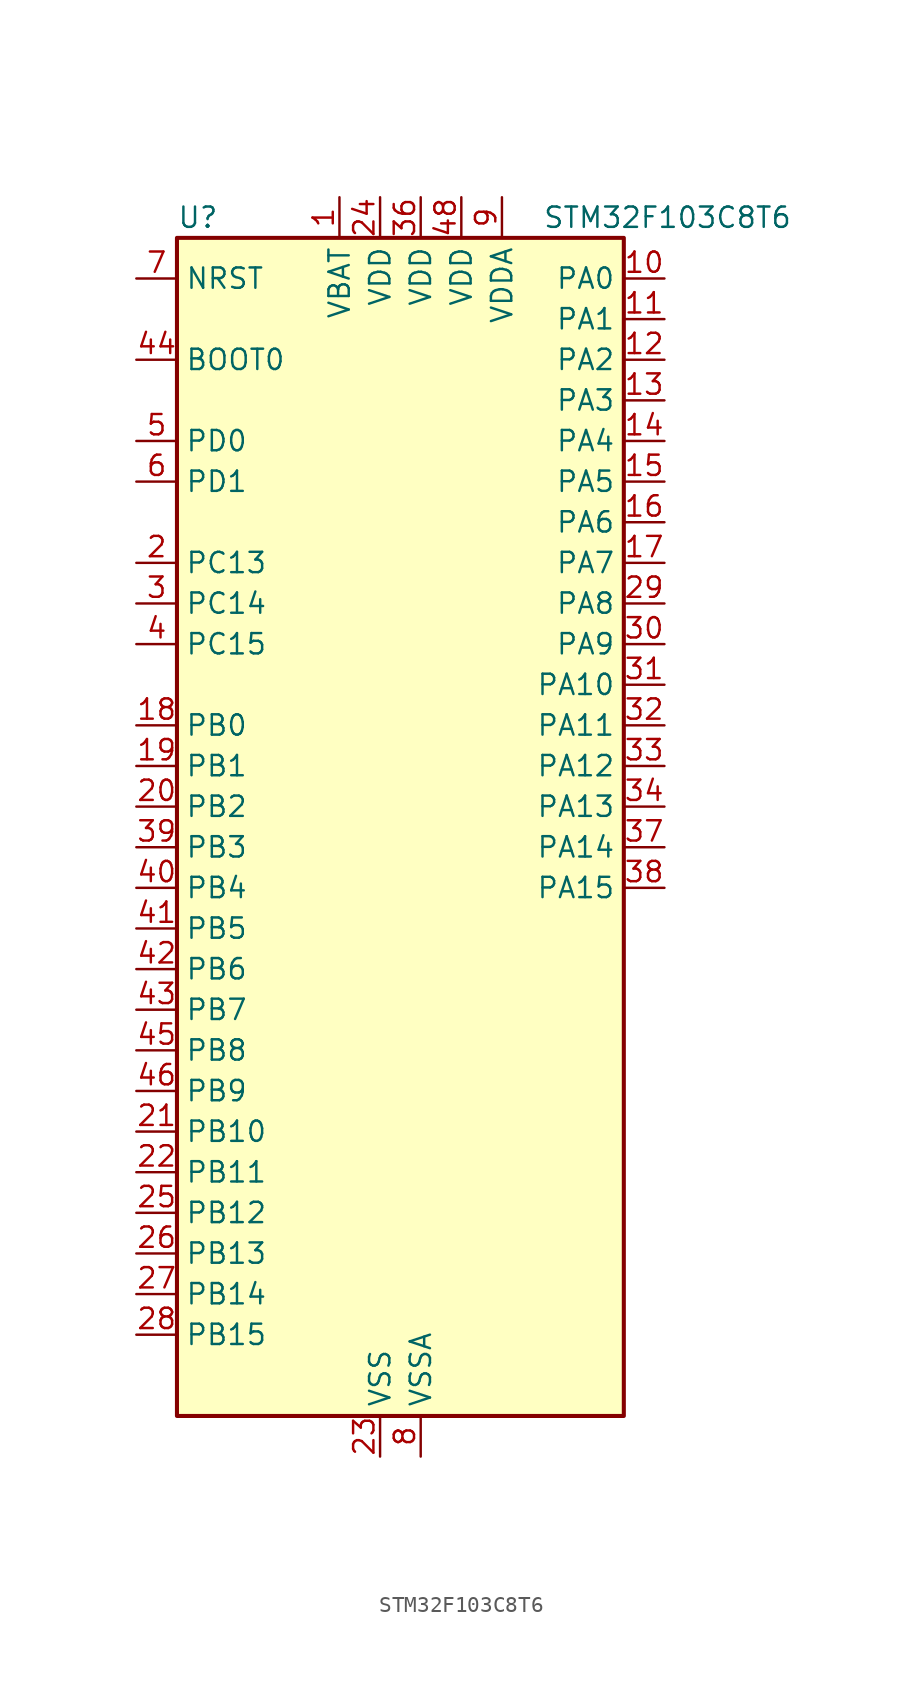
<source format=kicad_sym>
(kicad_symbol_lib
  (version 20231120)
  (generator "kicad_symbol_editor")
  (generator_version "8.0")
  (symbol "STM32F103C8T6"
    (property "Reference" "U"
      (at -12.7 39.37 0)
      (effects (font (size 1.27 1.27)) (justify left)))
    (property "Value" "STM32F103C8T6"
      (at 10.16 39.37 0)
      (effects (font (size 1.27 1.27)) (justify left)))
    (symbol "STM32F103C8T6_0_1"
      (rectangle (start -12.7 -35.56) (end 15.24 38.1) (stroke (width 0.254) (type default)) (fill (type background))))
    (symbol "STM32F103C8T6_1_1"
      (pin power_in line (at -2.54 40.64 270) (length 2.54) (name "VBAT" (effects (font (size 1.27 1.27)))) (number "1" (effects (font (size 1.27 1.27)))))
      (pin bidirectional line (at 17.78 35.56 180) (length 2.54) (name "PA0" (effects (font (size 1.27 1.27)))) (number "10" (effects (font (size 1.27 1.27)))) (alternate "ADC1_IN0" bidirectional line) (alternate "ADC2_IN0" bidirectional line) (alternate "SYS_WKUP" bidirectional line) (alternate "TIM2_CH1" bidirectional line) (alternate "TIM2_ETR" bidirectional line) (alternate "USART2_CTS" bidirectional line))
      (pin bidirectional line (at 17.78 33.02 180) (length 2.54) (name "PA1" (effects (font (size 1.27 1.27)))) (number "11" (effects (font (size 1.27 1.27)))) (alternate "ADC1_IN1" bidirectional line) (alternate "ADC2_IN1" bidirectional line) (alternate "TIM2_CH2" bidirectional line) (alternate "USART2_RTS" bidirectional line))
      (pin bidirectional line (at 17.78 30.48 180) (length 2.54) (name "PA2" (effects (font (size 1.27 1.27)))) (number "12" (effects (font (size 1.27 1.27)))) (alternate "ADC1_IN2" bidirectional line) (alternate "ADC2_IN2" bidirectional line) (alternate "TIM2_CH3" bidirectional line) (alternate "USART2_TX" bidirectional line))
      (pin bidirectional line (at 17.78 27.94 180) (length 2.54) (name "PA3" (effects (font (size 1.27 1.27)))) (number "13" (effects (font (size 1.27 1.27)))) (alternate "ADC1_IN3" bidirectional line) (alternate "ADC2_IN3" bidirectional line) (alternate "TIM2_CH4" bidirectional line) (alternate "USART2_RX" bidirectional line))
      (pin bidirectional line (at 17.78 25.4 180) (length 2.54) (name "PA4" (effects (font (size 1.27 1.27)))) (number "14" (effects (font (size 1.27 1.27)))) (alternate "ADC1_IN4" bidirectional line) (alternate "ADC2_IN4" bidirectional line) (alternate "SPI1_NSS" bidirectional line) (alternate "USART2_CK" bidirectional line))
      (pin bidirectional line (at 17.78 22.86 180) (length 2.54) (name "PA5" (effects (font (size 1.27 1.27)))) (number "15" (effects (font (size 1.27 1.27)))) (alternate "ADC1_IN5" bidirectional line) (alternate "ADC2_IN5" bidirectional line) (alternate "SPI1_SCK" bidirectional line))
      (pin bidirectional line (at 17.78 20.32 180) (length 2.54) (name "PA6" (effects (font (size 1.27 1.27)))) (number "16" (effects (font (size 1.27 1.27)))) (alternate "ADC1_IN6" bidirectional line) (alternate "ADC2_IN6" bidirectional line) (alternate "SPI1_MISO" bidirectional line) (alternate "TIM1_BKIN" bidirectional line) (alternate "TIM3_CH1" bidirectional line))
      (pin bidirectional line (at 17.78 17.78 180) (length 2.54) (name "PA7" (effects (font (size 1.27 1.27)))) (number "17" (effects (font (size 1.27 1.27)))) (alternate "ADC1_IN7" bidirectional line) (alternate "ADC2_IN7" bidirectional line) (alternate "SPI1_MOSI" bidirectional line) (alternate "TIM1_CH1N" bidirectional line) (alternate "TIM3_CH2" bidirectional line))
      (pin bidirectional line (at -15.24 7.62 0) (length 2.54) (name "PB0" (effects (font (size 1.27 1.27)))) (number "18" (effects (font (size 1.27 1.27)))) (alternate "ADC1_IN8" bidirectional line) (alternate "ADC2_IN8" bidirectional line) (alternate "TIM1_CH2N" bidirectional line) (alternate "TIM3_CH3" bidirectional line))
      (pin bidirectional line (at -15.24 5.08 0) (length 2.54) (name "PB1" (effects (font (size 1.27 1.27)))) (number "19" (effects (font (size 1.27 1.27)))) (alternate "ADC1_IN9" bidirectional line) (alternate "ADC2_IN9" bidirectional line) (alternate "TIM1_CH3N" bidirectional line) (alternate "TIM3_CH4" bidirectional line))
      (pin bidirectional line (at -15.24 17.78 0) (length 2.54) (name "PC13" (effects (font (size 1.27 1.27)))) (number "2" (effects (font (size 1.27 1.27)))) (alternate "RTC_OUT" bidirectional line) (alternate "RTC_TAMPER" bidirectional line))
      (pin bidirectional line (at -15.24 2.54 0) (length 2.54) (name "PB2" (effects (font (size 1.27 1.27)))) (number "20" (effects (font (size 1.27 1.27)))))
      (pin bidirectional line (at -15.24 -17.78 0) (length 2.54) (name "PB10" (effects (font (size 1.27 1.27)))) (number "21" (effects (font (size 1.27 1.27)))) (alternate "I2C2_SCL" bidirectional line) (alternate "TIM2_CH3" bidirectional line) (alternate "USART3_TX" bidirectional line))
      (pin bidirectional line (at -15.24 -20.32 0) (length 2.54) (name "PB11" (effects (font (size 1.27 1.27)))) (number "22" (effects (font (size 1.27 1.27)))) (alternate "ADC1_EXTI11" bidirectional line) (alternate "ADC2_EXTI11" bidirectional line) (alternate "I2C2_SDA" bidirectional line) (alternate "TIM2_CH4" bidirectional line) (alternate "USART3_RX" bidirectional line))
      (pin power_in line (at 0 -38.1 90) (length 2.54) (name "VSS" (effects (font (size 1.27 1.27)))) (number "23" (effects (font (size 1.27 1.27)))))
      (pin power_in line (at 0 40.64 270) (length 2.54) (name "VDD" (effects (font (size 1.27 1.27)))) (number "24" (effects (font (size 1.27 1.27)))))
      (pin bidirectional line (at -15.24 -22.86 0) (length 2.54) (name "PB12" (effects (font (size 1.27 1.27)))) (number "25" (effects (font (size 1.27 1.27)))) (alternate "I2C2_SMBA" bidirectional line) (alternate "SPI2_NSS" bidirectional line) (alternate "TIM1_BKIN" bidirectional line) (alternate "USART3_CK" bidirectional line))
      (pin bidirectional line (at -15.24 -25.4 0) (length 2.54) (name "PB13" (effects (font (size 1.27 1.27)))) (number "26" (effects (font (size 1.27 1.27)))) (alternate "SPI2_SCK" bidirectional line) (alternate "TIM1_CH1N" bidirectional line) (alternate "USART3_CTS" bidirectional line))
      (pin bidirectional line (at -15.24 -27.94 0) (length 2.54) (name "PB14" (effects (font (size 1.27 1.27)))) (number "27" (effects (font (size 1.27 1.27)))) (alternate "SPI2_MISO" bidirectional line) (alternate "TIM1_CH2N" bidirectional line) (alternate "USART3_RTS" bidirectional line))
      (pin bidirectional line (at -15.24 -30.48 0) (length 2.54) (name "PB15" (effects (font (size 1.27 1.27)))) (number "28" (effects (font (size 1.27 1.27)))) (alternate "ADC1_EXTI15" bidirectional line) (alternate "ADC2_EXTI15" bidirectional line) (alternate "SPI2_MOSI" bidirectional line) (alternate "TIM1_CH3N" bidirectional line))
      (pin bidirectional line (at 17.78 15.24 180) (length 2.54) (name "PA8" (effects (font (size 1.27 1.27)))) (number "29" (effects (font (size 1.27 1.27)))) (alternate "RCC_MCO" bidirectional line) (alternate "TIM1_CH1" bidirectional line) (alternate "USART1_CK" bidirectional line))
      (pin bidirectional line (at -15.24 15.24 0) (length 2.54) (name "PC14" (effects (font (size 1.27 1.27)))) (number "3" (effects (font (size 1.27 1.27)))) (alternate "RCC_OSC32_IN" bidirectional line))
      (pin bidirectional line (at 17.78 12.7 180) (length 2.54) (name "PA9" (effects (font (size 1.27 1.27)))) (number "30" (effects (font (size 1.27 1.27)))) (alternate "TIM1_CH2" bidirectional line) (alternate "USART1_TX" bidirectional line))
      (pin bidirectional line (at 17.78 10.16 180) (length 2.54) (name "PA10" (effects (font (size 1.27 1.27)))) (number "31" (effects (font (size 1.27 1.27)))) (alternate "TIM1_CH3" bidirectional line) (alternate "USART1_RX" bidirectional line))
      (pin bidirectional line (at 17.78 7.62 180) (length 2.54) (name "PA11" (effects (font (size 1.27 1.27)))) (number "32" (effects (font (size 1.27 1.27)))) (alternate "ADC1_EXTI11" bidirectional line) (alternate "ADC2_EXTI11" bidirectional line) (alternate "CAN_RX" bidirectional line) (alternate "TIM1_CH4" bidirectional line) (alternate "USART1_CTS" bidirectional line) (alternate "USB_DM" bidirectional line))
      (pin bidirectional line (at 17.78 5.08 180) (length 2.54) (name "PA12" (effects (font (size 1.27 1.27)))) (number "33" (effects (font (size 1.27 1.27)))) (alternate "CAN_TX" bidirectional line) (alternate "TIM1_ETR" bidirectional line) (alternate "USART1_RTS" bidirectional line) (alternate "USB_DP" bidirectional line))
      (pin bidirectional line (at 17.78 2.54 180) (length 2.54) (name "PA13" (effects (font (size 1.27 1.27)))) (number "34" (effects (font (size 1.27 1.27)))) (alternate "SYS_JTMS-SWDIO" bidirectional line))
      (pin passive line (at 0 -38.1 90) (length 2.54) hide (name "VSS" (effects (font (size 1.27 1.27)))) (number "35" (effects (font (size 1.27 1.27)))))
      (pin power_in line (at 2.54 40.64 270) (length 2.54) (name "VDD" (effects (font (size 1.27 1.27)))) (number "36" (effects (font (size 1.27 1.27)))))
      (pin bidirectional line (at 17.78 0 180) (length 2.54) (name "PA14" (effects (font (size 1.27 1.27)))) (number "37" (effects (font (size 1.27 1.27)))) (alternate "SYS_JTCK-SWCLK" bidirectional line))
      (pin bidirectional line (at 17.78 -2.54 180) (length 2.54) (name "PA15" (effects (font (size 1.27 1.27)))) (number "38" (effects (font (size 1.27 1.27)))) (alternate "ADC1_EXTI15" bidirectional line) (alternate "ADC2_EXTI15" bidirectional line) (alternate "SPI1_NSS" bidirectional line) (alternate "SYS_JTDI" bidirectional line) (alternate "TIM2_CH1" bidirectional line) (alternate "TIM2_ETR" bidirectional line))
      (pin bidirectional line (at -15.24 0 0) (length 2.54) (name "PB3" (effects (font (size 1.27 1.27)))) (number "39" (effects (font (size 1.27 1.27)))) (alternate "SPI1_SCK" bidirectional line) (alternate "SYS_JTDO-TRACESWO" bidirectional line) (alternate "TIM2_CH2" bidirectional line))
      (pin bidirectional line (at -15.24 12.7 0) (length 2.54) (name "PC15" (effects (font (size 1.27 1.27)))) (number "4" (effects (font (size 1.27 1.27)))) (alternate "ADC1_EXTI15" bidirectional line) (alternate "ADC2_EXTI15" bidirectional line) (alternate "RCC_OSC32_OUT" bidirectional line))
      (pin bidirectional line (at -15.24 -2.54 0) (length 2.54) (name "PB4" (effects (font (size 1.27 1.27)))) (number "40" (effects (font (size 1.27 1.27)))) (alternate "SPI1_MISO" bidirectional line) (alternate "SYS_NJTRST" bidirectional line) (alternate "TIM3_CH1" bidirectional line))
      (pin bidirectional line (at -15.24 -5.08 0) (length 2.54) (name "PB5" (effects (font (size 1.27 1.27)))) (number "41" (effects (font (size 1.27 1.27)))) (alternate "I2C1_SMBA" bidirectional line) (alternate "SPI1_MOSI" bidirectional line) (alternate "TIM3_CH2" bidirectional line))
      (pin bidirectional line (at -15.24 -7.62 0) (length 2.54) (name "PB6" (effects (font (size 1.27 1.27)))) (number "42" (effects (font (size 1.27 1.27)))) (alternate "I2C1_SCL" bidirectional line) (alternate "TIM4_CH1" bidirectional line) (alternate "USART1_TX" bidirectional line))
      (pin bidirectional line (at -15.24 -10.16 0) (length 2.54) (name "PB7" (effects (font (size 1.27 1.27)))) (number "43" (effects (font (size 1.27 1.27)))) (alternate "I2C1_SDA" bidirectional line) (alternate "TIM4_CH2" bidirectional line) (alternate "USART1_RX" bidirectional line))
      (pin input line (at -15.24 30.48 0) (length 2.54) (name "BOOT0" (effects (font (size 1.27 1.27)))) (number "44" (effects (font (size 1.27 1.27)))))
      (pin bidirectional line (at -15.24 -12.7 0) (length 2.54) (name "PB8" (effects (font (size 1.27 1.27)))) (number "45" (effects (font (size 1.27 1.27)))) (alternate "CAN_RX" bidirectional line) (alternate "I2C1_SCL" bidirectional line) (alternate "TIM4_CH3" bidirectional line))
      (pin bidirectional line (at -15.24 -15.24 0) (length 2.54) (name "PB9" (effects (font (size 1.27 1.27)))) (number "46" (effects (font (size 1.27 1.27)))) (alternate "CAN_TX" bidirectional line) (alternate "I2C1_SDA" bidirectional line) (alternate "TIM4_CH4" bidirectional line))
      (pin passive line (at 0 -38.1 90) (length 2.54) hide (name "VSS" (effects (font (size 1.27 1.27)))) (number "47" (effects (font (size 1.27 1.27)))))
      (pin power_in line (at 5.08 40.64 270) (length 2.54) (name "VDD" (effects (font (size 1.27 1.27)))) (number "48" (effects (font (size 1.27 1.27)))))
      (pin bidirectional line (at -15.24 25.4 0) (length 2.54) (name "PD0" (effects (font (size 1.27 1.27)))) (number "5" (effects (font (size 1.27 1.27)))) (alternate "RCC_OSC_IN" bidirectional line))
      (pin bidirectional line (at -15.24 22.86 0) (length 2.54) (name "PD1" (effects (font (size 1.27 1.27)))) (number "6" (effects (font (size 1.27 1.27)))) (alternate "RCC_OSC_OUT" bidirectional line))
      (pin input line (at -15.24 35.56 0) (length 2.54) (name "NRST" (effects (font (size 1.27 1.27)))) (number "7" (effects (font (size 1.27 1.27)))))
      (pin power_in line (at 2.54 -38.1 90) (length 2.54) (name "VSSA" (effects (font (size 1.27 1.27)))) (number "8" (effects (font (size 1.27 1.27)))))
      (pin power_in line (at 7.62 40.64 270) (length 2.54) (name "VDDA" (effects (font (size 1.27 1.27)))) (number "9" (effects (font (size 1.27 1.27))))))))
</source>
